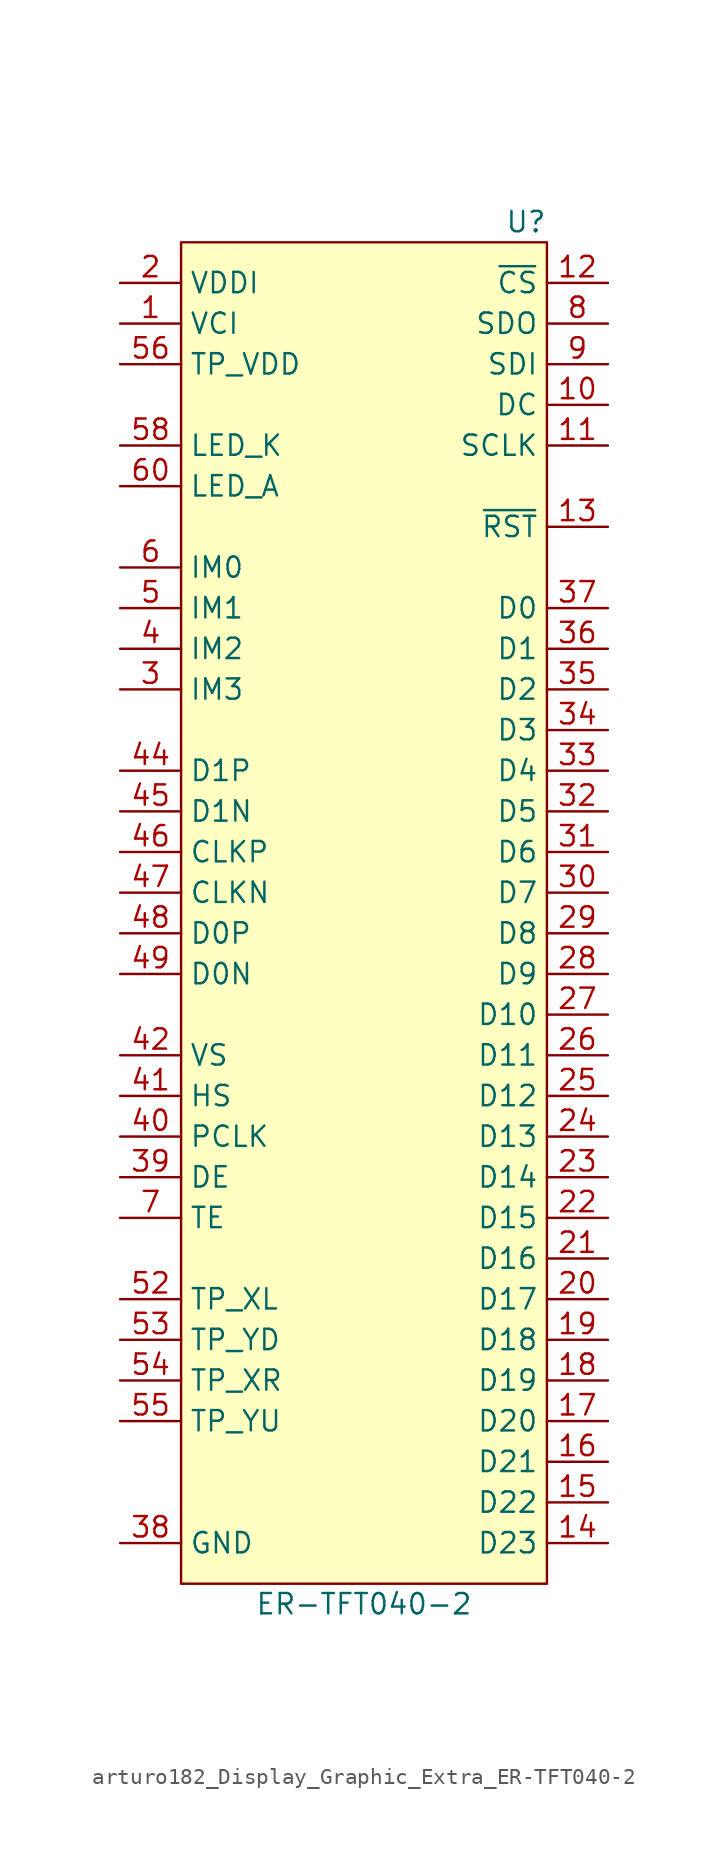
<source format=kicad_sym>
(kicad_symbol_lib
  (version 20220914)
  (generator kicad_symbol_editor)
  (symbol "arturo182_Display_Graphic_Extra_ER-TFT040-2"
    (property "Reference" "U"
      (at 11.43 41.91 0)
      (effects (font (size 1.27 1.27)) (justify right)))
    (property "Value" "ER-TFT040-2"
      (at 0 -44.45 0)
      (effects (font (size 1.27 1.27))))
    (symbol "arturo182_Display_Graphic_Extra_ER-TFT040-2_0_1"
      (rectangle (start -11.43 40.64) (end 11.43 -43.18) (stroke (width 0) (type default)) (fill (type background))))
    (symbol "arturo182_Display_Graphic_Extra_ER-TFT040-2_1_1"
      (pin power_in line (at -15.24 35.56 0) (length 3.81) (name "VCI" (effects (font (size 1.27 1.27)))) (number "1" (effects (font (size 1.27 1.27)))))
      (pin input line (at 15.24 30.48 180) (length 3.81) (name "DC" (effects (font (size 1.27 1.27)))) (number "10" (effects (font (size 1.27 1.27)))))
      (pin input line (at 15.24 27.94 180) (length 3.81) (name "SCLK" (effects (font (size 1.27 1.27)))) (number "11" (effects (font (size 1.27 1.27)))))
      (pin input line (at 15.24 38.1 180) (length 3.81) (name "~{CS}" (effects (font (size 1.27 1.27)))) (number "12" (effects (font (size 1.27 1.27)))))
      (pin input line (at 15.24 22.86 180) (length 3.81) (name "~{RST}" (effects (font (size 1.27 1.27)))) (number "13" (effects (font (size 1.27 1.27)))))
      (pin input line (at 15.24 -40.64 180) (length 3.81) (name "D23" (effects (font (size 1.27 1.27)))) (number "14" (effects (font (size 1.27 1.27)))))
      (pin input line (at 15.24 -38.1 180) (length 3.81) (name "D22" (effects (font (size 1.27 1.27)))) (number "15" (effects (font (size 1.27 1.27)))))
      (pin input line (at 15.24 -35.56 180) (length 3.81) (name "D21" (effects (font (size 1.27 1.27)))) (number "16" (effects (font (size 1.27 1.27)))))
      (pin input line (at 15.24 -33.02 180) (length 3.81) (name "D20" (effects (font (size 1.27 1.27)))) (number "17" (effects (font (size 1.27 1.27)))))
      (pin input line (at 15.24 -30.48 180) (length 3.81) (name "D19" (effects (font (size 1.27 1.27)))) (number "18" (effects (font (size 1.27 1.27)))))
      (pin input line (at 15.24 -27.94 180) (length 3.81) (name "D18" (effects (font (size 1.27 1.27)))) (number "19" (effects (font (size 1.27 1.27)))))
      (pin power_in line (at -15.24 38.1 0) (length 3.81) (name "VDDI" (effects (font (size 1.27 1.27)))) (number "2" (effects (font (size 1.27 1.27)))))
      (pin input line (at 15.24 -25.4 180) (length 3.81) (name "D17" (effects (font (size 1.27 1.27)))) (number "20" (effects (font (size 1.27 1.27)))))
      (pin input line (at 15.24 -22.86 180) (length 3.81) (name "D16" (effects (font (size 1.27 1.27)))) (number "21" (effects (font (size 1.27 1.27)))))
      (pin input line (at 15.24 -20.32 180) (length 3.81) (name "D15" (effects (font (size 1.27 1.27)))) (number "22" (effects (font (size 1.27 1.27)))))
      (pin input line (at 15.24 -17.78 180) (length 3.81) (name "D14" (effects (font (size 1.27 1.27)))) (number "23" (effects (font (size 1.27 1.27)))))
      (pin input line (at 15.24 -15.24 180) (length 3.81) (name "D13" (effects (font (size 1.27 1.27)))) (number "24" (effects (font (size 1.27 1.27)))))
      (pin input line (at 15.24 -12.7 180) (length 3.81) (name "D12" (effects (font (size 1.27 1.27)))) (number "25" (effects (font (size 1.27 1.27)))))
      (pin input line (at 15.24 -10.16 180) (length 3.81) (name "D11" (effects (font (size 1.27 1.27)))) (number "26" (effects (font (size 1.27 1.27)))))
      (pin input line (at 15.24 -7.62 180) (length 3.81) (name "D10" (effects (font (size 1.27 1.27)))) (number "27" (effects (font (size 1.27 1.27)))))
      (pin input line (at 15.24 -5.08 180) (length 3.81) (name "D9" (effects (font (size 1.27 1.27)))) (number "28" (effects (font (size 1.27 1.27)))))
      (pin input line (at 15.24 -2.54 180) (length 3.81) (name "D8" (effects (font (size 1.27 1.27)))) (number "29" (effects (font (size 1.27 1.27)))))
      (pin input line (at -15.24 12.7 0) (length 3.81) (name "IM3" (effects (font (size 1.27 1.27)))) (number "3" (effects (font (size 1.27 1.27)))))
      (pin input line (at 15.24 0 180) (length 3.81) (name "D7" (effects (font (size 1.27 1.27)))) (number "30" (effects (font (size 1.27 1.27)))))
      (pin input line (at 15.24 2.54 180) (length 3.81) (name "D6" (effects (font (size 1.27 1.27)))) (number "31" (effects (font (size 1.27 1.27)))))
      (pin input line (at 15.24 5.08 180) (length 3.81) (name "D5" (effects (font (size 1.27 1.27)))) (number "32" (effects (font (size 1.27 1.27)))))
      (pin input line (at 15.24 7.62 180) (length 3.81) (name "D4" (effects (font (size 1.27 1.27)))) (number "33" (effects (font (size 1.27 1.27)))))
      (pin input line (at 15.24 10.16 180) (length 3.81) (name "D3" (effects (font (size 1.27 1.27)))) (number "34" (effects (font (size 1.27 1.27)))))
      (pin input line (at 15.24 12.7 180) (length 3.81) (name "D2" (effects (font (size 1.27 1.27)))) (number "35" (effects (font (size 1.27 1.27)))))
      (pin input line (at 15.24 15.24 180) (length 3.81) (name "D1" (effects (font (size 1.27 1.27)))) (number "36" (effects (font (size 1.27 1.27)))))
      (pin input line (at 15.24 17.78 180) (length 3.81) (name "D0" (effects (font (size 1.27 1.27)))) (number "37" (effects (font (size 1.27 1.27)))))
      (pin input line (at -15.24 -40.64 0) (length 3.81) (name "GND" (effects (font (size 1.27 1.27)))) (number "38" (effects (font (size 1.27 1.27)))))
      (pin input line (at -15.24 -17.78 0) (length 3.81) (name "DE" (effects (font (size 1.27 1.27)))) (number "39" (effects (font (size 1.27 1.27)))))
      (pin input line (at -15.24 15.24 0) (length 3.81) (name "IM2" (effects (font (size 1.27 1.27)))) (number "4" (effects (font (size 1.27 1.27)))))
      (pin input line (at -15.24 -15.24 0) (length 3.81) (name "PCLK" (effects (font (size 1.27 1.27)))) (number "40" (effects (font (size 1.27 1.27)))))
      (pin input line (at -15.24 -12.7 0) (length 3.81) (name "HS" (effects (font (size 1.27 1.27)))) (number "41" (effects (font (size 1.27 1.27)))))
      (pin input line (at -15.24 -10.16 0) (length 3.81) (name "VS" (effects (font (size 1.27 1.27)))) (number "42" (effects (font (size 1.27 1.27)))))
      (pin passive line (at -15.24 -40.64 0) (length 3.81) hide (name "GND" (effects (font (size 1.27 1.27)))) (number "43" (effects (font (size 1.27 1.27)))))
      (pin bidirectional line (at -15.24 7.62 0) (length 3.81) (name "D1P" (effects (font (size 1.27 1.27)))) (number "44" (effects (font (size 1.27 1.27)))))
      (pin bidirectional line (at -15.24 5.08 0) (length 3.81) (name "D1N" (effects (font (size 1.27 1.27)))) (number "45" (effects (font (size 1.27 1.27)))))
      (pin input line (at -15.24 2.54 0) (length 3.81) (name "CLKP" (effects (font (size 1.27 1.27)))) (number "46" (effects (font (size 1.27 1.27)))))
      (pin input line (at -15.24 0 0) (length 3.81) (name "CLKN" (effects (font (size 1.27 1.27)))) (number "47" (effects (font (size 1.27 1.27)))))
      (pin bidirectional line (at -15.24 -2.54 0) (length 3.81) (name "D0P" (effects (font (size 1.27 1.27)))) (number "48" (effects (font (size 1.27 1.27)))))
      (pin bidirectional line (at -15.24 -5.08 0) (length 3.81) (name "D0N" (effects (font (size 1.27 1.27)))) (number "49" (effects (font (size 1.27 1.27)))))
      (pin input line (at -15.24 17.78 0) (length 3.81) (name "IM1" (effects (font (size 1.27 1.27)))) (number "5" (effects (font (size 1.27 1.27)))))
      (pin passive line (at -15.24 -40.64 0) (length 3.81) hide (name "GND" (effects (font (size 1.27 1.27)))) (number "50" (effects (font (size 1.27 1.27)))))
      (pin no_connect line (at -15.24 -35.56 0) (length 3.81) hide (name "NC" (effects (font (size 1.27 1.27)))) (number "51" (effects (font (size 1.27 1.27)))))
      (pin output line (at -15.24 -25.4 0) (length 3.81) (name "TP_XL" (effects (font (size 1.27 1.27)))) (number "52" (effects (font (size 1.27 1.27)))))
      (pin output line (at -15.24 -27.94 0) (length 3.81) (name "TP_YD" (effects (font (size 1.27 1.27)))) (number "53" (effects (font (size 1.27 1.27)))))
      (pin output line (at -15.24 -30.48 0) (length 3.81) (name "TP_XR" (effects (font (size 1.27 1.27)))) (number "54" (effects (font (size 1.27 1.27)))))
      (pin output line (at -15.24 -33.02 0) (length 3.81) (name "TP_YU" (effects (font (size 1.27 1.27)))) (number "55" (effects (font (size 1.27 1.27)))))
      (pin power_in line (at -15.24 33.02 0) (length 3.81) (name "TP_VDD" (effects (font (size 1.27 1.27)))) (number "56" (effects (font (size 1.27 1.27)))))
      (pin passive line (at -15.24 -40.64 0) (length 3.81) hide (name "GND" (effects (font (size 1.27 1.27)))) (number "57" (effects (font (size 1.27 1.27)))))
      (pin power_in line (at -15.24 27.94 0) (length 3.81) (name "LED_K" (effects (font (size 1.27 1.27)))) (number "58" (effects (font (size 1.27 1.27)))))
      (pin passive line (at -15.24 27.94 0) (length 3.81) hide (name "LED_K" (effects (font (size 1.27 1.27)))) (number "59" (effects (font (size 1.27 1.27)))))
      (pin input line (at -15.24 20.32 0) (length 3.81) (name "IM0" (effects (font (size 1.27 1.27)))) (number "6" (effects (font (size 1.27 1.27)))))
      (pin power_in line (at -15.24 25.4 0) (length 3.81) (name "LED_A" (effects (font (size 1.27 1.27)))) (number "60" (effects (font (size 1.27 1.27)))))
      (pin input line (at -15.24 -20.32 0) (length 3.81) (name "TE" (effects (font (size 1.27 1.27)))) (number "7" (effects (font (size 1.27 1.27)))))
      (pin output line (at 15.24 35.56 180) (length 3.81) (name "SDO" (effects (font (size 1.27 1.27)))) (number "8" (effects (font (size 1.27 1.27)))))
      (pin input line (at 15.24 33.02 180) (length 3.81) (name "SDI" (effects (font (size 1.27 1.27)))) (number "9" (effects (font (size 1.27 1.27))))))))
</source>
